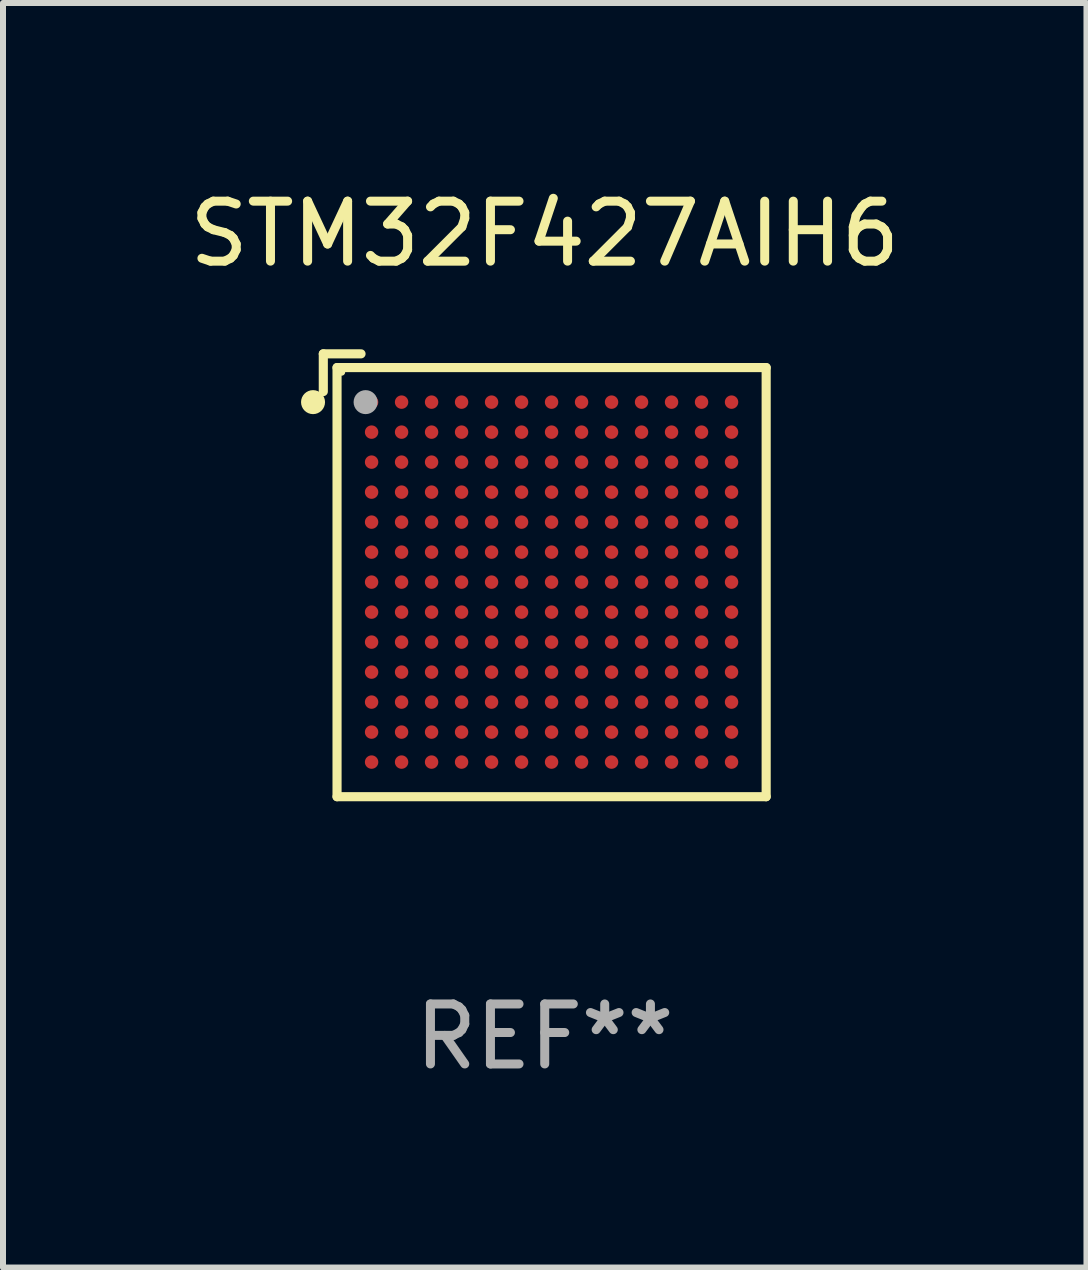
<source format=kicad_pcb>
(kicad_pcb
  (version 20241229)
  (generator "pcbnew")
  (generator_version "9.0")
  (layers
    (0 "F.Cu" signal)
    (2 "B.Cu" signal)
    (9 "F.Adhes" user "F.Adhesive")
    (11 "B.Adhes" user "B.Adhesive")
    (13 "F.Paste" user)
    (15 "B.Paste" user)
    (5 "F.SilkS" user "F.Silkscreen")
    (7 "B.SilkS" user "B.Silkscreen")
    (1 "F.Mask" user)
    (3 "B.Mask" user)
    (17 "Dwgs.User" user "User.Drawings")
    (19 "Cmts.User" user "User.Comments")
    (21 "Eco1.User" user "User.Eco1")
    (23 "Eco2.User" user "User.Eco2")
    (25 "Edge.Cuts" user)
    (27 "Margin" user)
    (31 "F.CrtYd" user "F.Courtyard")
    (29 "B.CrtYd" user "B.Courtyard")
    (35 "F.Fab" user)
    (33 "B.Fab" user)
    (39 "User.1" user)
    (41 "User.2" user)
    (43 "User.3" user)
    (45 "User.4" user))
  (footprint "STM32F427AIH6"
    (layer "F.Cu")
    (at 6.03 6.539)
    (property "Reference" "STM32F427AIH6" (at 0 -5.691 0) (layer "F.SilkS") (effects (font (size 1 1) (thickness 0.15))))
    (attr through_hole)
    (fp_line (start -3.691 -3.691) (end -3.691 -3.062) (stroke (width 0.152) (type solid)) (layer "F.SilkS"))
    (fp_line (start -3.462 -3.462) (end 3.691 -3.462) (stroke (width 0.152) (type solid)) (layer "F.SilkS"))
    (fp_line (start -3.462 3.691) (end -3.462 -3.462) (stroke (width 0.152) (type solid)) (layer "F.SilkS"))
    (fp_line (start -3.062 -3.691) (end -3.691 -3.691) (stroke (width 0.152) (type solid)) (layer "F.SilkS"))
    (fp_line (start 3.691 -3.462) (end 3.691 3.691) (stroke (width 0.152) (type solid)) (layer "F.SilkS"))
    (fp_line (start 3.691 3.691) (end -3.462 3.691) (stroke (width 0.152) (type solid)) (layer "F.SilkS"))
    (fp_circle (center -3.862 -2.886) (end -3.762 -2.886) (stroke (width 0.2) (type solid)) (fill no) (layer "F.SilkS"))
    (fp_circle (center -3.386 -3.386) (end -3.356 -3.386) (stroke (width 0.06) (type solid)) (fill no) (layer "F.SilkS"))
    (fp_circle (center -2.986 -2.886) (end -2.886 -2.886) (stroke (width 0.2) (type solid)) (fill no) (layer "F.Fab"))
    (fp_text user "REF**" (at 0 7.691 0) (layer "F.Fab") (effects (font (size 1 1) (thickness 0.15))))
    (pad "A1" smd circle (at -2.886 -2.886) (size 0.224 0.224) (layers "F.Cu" "F.Mask" "F.Paste"))
    (pad "A2" smd circle (at -2.386 -2.886) (size 0.224 0.224) (layers "F.Cu" "F.Mask" "F.Paste"))
    (pad "A3" smd circle (at -1.886 -2.886) (size 0.224 0.224) (layers "F.Cu" "F.Mask" "F.Paste"))
    (pad "A4" smd circle (at -1.386 -2.886) (size 0.224 0.224) (layers "F.Cu" "F.Mask" "F.Paste"))
    (pad "A5" smd circle (at -0.886 -2.886) (size 0.224 0.224) (layers "F.Cu" "F.Mask" "F.Paste"))
    (pad "A6" smd circle (at -0.386 -2.886) (size 0.224 0.224) (layers "F.Cu" "F.Mask" "F.Paste"))
    (pad "A7" smd circle (at 0.114 -2.886) (size 0.224 0.224) (layers "F.Cu" "F.Mask" "F.Paste"))
    (pad "A8" smd circle (at 0.614 -2.886) (size 0.224 0.224) (layers "F.Cu" "F.Mask" "F.Paste"))
    (pad "A9" smd circle (at 1.114 -2.886) (size 0.224 0.224) (layers "F.Cu" "F.Mask" "F.Paste"))
    (pad "A10" smd circle (at 1.614 -2.886) (size 0.224 0.224) (layers "F.Cu" "F.Mask" "F.Paste"))
    (pad "A11" smd circle (at 2.114 -2.886) (size 0.224 0.224) (layers "F.Cu" "F.Mask" "F.Paste"))
    (pad "A12" smd circle (at 2.614 -2.886) (size 0.224 0.224) (layers "F.Cu" "F.Mask" "F.Paste"))
    (pad "A13" smd circle (at 3.114 -2.886) (size 0.224 0.224) (layers "F.Cu" "F.Mask" "F.Paste"))
    (pad "B1" smd circle (at -2.886 -2.386) (size 0.224 0.224) (layers "F.Cu" "F.Mask" "F.Paste"))
    (pad "B2" smd circle (at -2.386 -2.386) (size 0.224 0.224) (layers "F.Cu" "F.Mask" "F.Paste"))
    (pad "B3" smd circle (at -1.886 -2.386) (size 0.224 0.224) (layers "F.Cu" "F.Mask" "F.Paste"))
    (pad "B4" smd circle (at -1.386 -2.386) (size 0.224 0.224) (layers "F.Cu" "F.Mask" "F.Paste"))
    (pad "B5" smd circle (at -0.886 -2.386) (size 0.224 0.224) (layers "F.Cu" "F.Mask" "F.Paste"))
    (pad "B6" smd circle (at -0.386 -2.386) (size 0.224 0.224) (layers "F.Cu" "F.Mask" "F.Paste"))
    (pad "B7" smd circle (at 0.114 -2.386) (size 0.224 0.224) (layers "F.Cu" "F.Mask" "F.Paste"))
    (pad "B8" smd circle (at 0.614 -2.386) (size 0.224 0.224) (layers "F.Cu" "F.Mask" "F.Paste"))
    (pad "B9" smd circle (at 1.114 -2.386) (size 0.224 0.224) (layers "F.Cu" "F.Mask" "F.Paste"))
    (pad "B10" smd circle (at 1.614 -2.386) (size 0.224 0.224) (layers "F.Cu" "F.Mask" "F.Paste"))
    (pad "B11" smd circle (at 2.114 -2.386) (size 0.224 0.224) (layers "F.Cu" "F.Mask" "F.Paste"))
    (pad "B12" smd circle (at 2.614 -2.386) (size 0.224 0.224) (layers "F.Cu" "F.Mask" "F.Paste"))
    (pad "B13" smd circle (at 3.114 -2.386) (size 0.224 0.224) (layers "F.Cu" "F.Mask" "F.Paste"))
    (pad "C1" smd circle (at -2.886 -1.886) (size 0.224 0.224) (layers "F.Cu" "F.Mask" "F.Paste"))
    (pad "C2" smd circle (at -2.386 -1.886) (size 0.224 0.224) (layers "F.Cu" "F.Mask" "F.Paste"))
    (pad "C3" smd circle (at -1.886 -1.886) (size 0.224 0.224) (layers "F.Cu" "F.Mask" "F.Paste"))
    (pad "C4" smd circle (at -1.386 -1.886) (size 0.224 0.224) (layers "F.Cu" "F.Mask" "F.Paste"))
    (pad "C5" smd circle (at -0.886 -1.886) (size 0.224 0.224) (layers "F.Cu" "F.Mask" "F.Paste"))
    (pad "C6" smd circle (at -0.386 -1.886) (size 0.224 0.224) (layers "F.Cu" "F.Mask" "F.Paste"))
    (pad "C7" smd circle (at 0.114 -1.886) (size 0.224 0.224) (layers "F.Cu" "F.Mask" "F.Paste"))
    (pad "C8" smd circle (at 0.614 -1.886) (size 0.224 0.224) (layers "F.Cu" "F.Mask" "F.Paste"))
    (pad "C9" smd circle (at 1.114 -1.886) (size 0.224 0.224) (layers "F.Cu" "F.Mask" "F.Paste"))
    (pad "C10" smd circle (at 1.614 -1.886) (size 0.224 0.224) (layers "F.Cu" "F.Mask" "F.Paste"))
    (pad "C11" smd circle (at 2.114 -1.886) (size 0.224 0.224) (layers "F.Cu" "F.Mask" "F.Paste"))
    (pad "C12" smd circle (at 2.614 -1.886) (size 0.224 0.224) (layers "F.Cu" "F.Mask" "F.Paste"))
    (pad "C13" smd circle (at 3.114 -1.886) (size 0.224 0.224) (layers "F.Cu" "F.Mask" "F.Paste"))
    (pad "D1" smd circle (at -2.886 -1.386) (size 0.224 0.224) (layers "F.Cu" "F.Mask" "F.Paste"))
    (pad "D2" smd circle (at -2.386 -1.386) (size 0.224 0.224) (layers "F.Cu" "F.Mask" "F.Paste"))
    (pad "D3" smd circle (at -1.886 -1.386) (size 0.224 0.224) (layers "F.Cu" "F.Mask" "F.Paste"))
    (pad "D4" smd circle (at -1.386 -1.386) (size 0.224 0.224) (layers "F.Cu" "F.Mask" "F.Paste"))
    (pad "D5" smd circle (at -0.886 -1.386) (size 0.224 0.224) (layers "F.Cu" "F.Mask" "F.Paste"))
    (pad "D6" smd circle (at -0.386 -1.386) (size 0.224 0.224) (layers "F.Cu" "F.Mask" "F.Paste"))
    (pad "D7" smd circle (at 0.114 -1.386) (size 0.224 0.224) (layers "F.Cu" "F.Mask" "F.Paste"))
    (pad "D8" smd circle (at 0.614 -1.386) (size 0.224 0.224) (layers "F.Cu" "F.Mask" "F.Paste"))
    (pad "D9" smd circle (at 1.114 -1.386) (size 0.224 0.224) (layers "F.Cu" "F.Mask" "F.Paste"))
    (pad "D10" smd circle (at 1.614 -1.386) (size 0.224 0.224) (layers "F.Cu" "F.Mask" "F.Paste"))
    (pad "D11" smd circle (at 2.114 -1.386) (size 0.224 0.224) (layers "F.Cu" "F.Mask" "F.Paste"))
    (pad "D12" smd circle (at 2.614 -1.386) (size 0.224 0.224) (layers "F.Cu" "F.Mask" "F.Paste"))
    (pad "D13" smd circle (at 3.114 -1.386) (size 0.224 0.224) (layers "F.Cu" "F.Mask" "F.Paste"))
    (pad "E1" smd circle (at -2.886 -0.886) (size 0.224 0.224) (layers "F.Cu" "F.Mask" "F.Paste"))
    (pad "E2" smd circle (at -2.386 -0.886) (size 0.224 0.224) (layers "F.Cu" "F.Mask" "F.Paste"))
    (pad "E3" smd circle (at -1.886 -0.886) (size 0.224 0.224) (layers "F.Cu" "F.Mask" "F.Paste"))
    (pad "E4" smd circle (at -1.386 -0.886) (size 0.224 0.224) (layers "F.Cu" "F.Mask" "F.Paste"))
    (pad "E5" smd circle (at -0.886 -0.886) (size 0.224 0.224) (layers "F.Cu" "F.Mask" "F.Paste"))
    (pad "E6" smd circle (at -0.386 -0.886) (size 0.224 0.224) (layers "F.Cu" "F.Mask" "F.Paste"))
    (pad "E7" smd circle (at 0.114 -0.886) (size 0.224 0.224) (layers "F.Cu" "F.Mask" "F.Paste"))
    (pad "E8" smd circle (at 0.614 -0.886) (size 0.224 0.224) (layers "F.Cu" "F.Mask" "F.Paste"))
    (pad "E9" smd circle (at 1.114 -0.886) (size 0.224 0.224) (layers "F.Cu" "F.Mask" "F.Paste"))
    (pad "E10" smd circle (at 1.614 -0.886) (size 0.224 0.224) (layers "F.Cu" "F.Mask" "F.Paste"))
    (pad "E11" smd circle (at 2.114 -0.886) (size 0.224 0.224) (layers "F.Cu" "F.Mask" "F.Paste"))
    (pad "E12" smd circle (at 2.614 -0.886) (size 0.224 0.224) (layers "F.Cu" "F.Mask" "F.Paste"))
    (pad "E13" smd circle (at 3.114 -0.886) (size 0.224 0.224) (layers "F.Cu" "F.Mask" "F.Paste"))
    (pad "F1" smd circle (at -2.886 -0.386) (size 0.224 0.224) (layers "F.Cu" "F.Mask" "F.Paste"))
    (pad "F2" smd circle (at -2.386 -0.386) (size 0.224 0.224) (layers "F.Cu" "F.Mask" "F.Paste"))
    (pad "F3" smd circle (at -1.886 -0.386) (size 0.224 0.224) (layers "F.Cu" "F.Mask" "F.Paste"))
    (pad "F4" smd circle (at -1.386 -0.386) (size 0.224 0.224) (layers "F.Cu" "F.Mask" "F.Paste"))
    (pad "F5" smd circle (at -0.886 -0.386) (size 0.224 0.224) (layers "F.Cu" "F.Mask" "F.Paste"))
    (pad "F6" smd circle (at -0.386 -0.386) (size 0.224 0.224) (layers "F.Cu" "F.Mask" "F.Paste"))
    (pad "F7" smd circle (at 0.114 -0.386) (size 0.224 0.224) (layers "F.Cu" "F.Mask" "F.Paste"))
    (pad "F8" smd circle (at 0.614 -0.386) (size 0.224 0.224) (layers "F.Cu" "F.Mask" "F.Paste"))
    (pad "F9" smd circle (at 1.114 -0.386) (size 0.224 0.224) (layers "F.Cu" "F.Mask" "F.Paste"))
    (pad "F10" smd circle (at 1.614 -0.386) (size 0.224 0.224) (layers "F.Cu" "F.Mask" "F.Paste"))
    (pad "F11" smd circle (at 2.114 -0.386) (size 0.224 0.224) (layers "F.Cu" "F.Mask" "F.Paste"))
    (pad "F12" smd circle (at 2.614 -0.386) (size 0.224 0.224) (layers "F.Cu" "F.Mask" "F.Paste"))
    (pad "F13" smd circle (at 3.114 -0.386) (size 0.224 0.224) (layers "F.Cu" "F.Mask" "F.Paste"))
    (pad "G1" smd circle (at -2.886 0.114) (size 0.224 0.224) (layers "F.Cu" "F.Mask" "F.Paste"))
    (pad "G2" smd circle (at -2.386 0.114) (size 0.224 0.224) (layers "F.Cu" "F.Mask" "F.Paste"))
    (pad "G3" smd circle (at -1.886 0.114) (size 0.224 0.224) (layers "F.Cu" "F.Mask" "F.Paste"))
    (pad "G4" smd circle (at -1.386 0.114) (size 0.224 0.224) (layers "F.Cu" "F.Mask" "F.Paste"))
    (pad "G5" smd circle (at -0.886 0.114) (size 0.224 0.224) (layers "F.Cu" "F.Mask" "F.Paste"))
    (pad "G6" smd circle (at -0.386 0.114) (size 0.224 0.224) (layers "F.Cu" "F.Mask" "F.Paste"))
    (pad "G7" smd circle (at 0.114 0.114) (size 0.224 0.224) (layers "F.Cu" "F.Mask" "F.Paste"))
    (pad "G8" smd circle (at 0.614 0.114) (size 0.224 0.224) (layers "F.Cu" "F.Mask" "F.Paste"))
    (pad "G9" smd circle (at 1.114 0.114) (size 0.224 0.224) (layers "F.Cu" "F.Mask" "F.Paste"))
    (pad "G10" smd circle (at 1.614 0.114) (size 0.224 0.224) (layers "F.Cu" "F.Mask" "F.Paste"))
    (pad "G11" smd circle (at 2.114 0.114) (size 0.224 0.224) (layers "F.Cu" "F.Mask" "F.Paste"))
    (pad "G12" smd circle (at 2.614 0.114) (size 0.224 0.224) (layers "F.Cu" "F.Mask" "F.Paste"))
    (pad "G13" smd circle (at 3.114 0.114) (size 0.224 0.224) (layers "F.Cu" "F.Mask" "F.Paste"))
    (pad "H1" smd circle (at -2.886 0.614) (size 0.224 0.224) (layers "F.Cu" "F.Mask" "F.Paste"))
    (pad "H2" smd circle (at -2.386 0.614) (size 0.224 0.224) (layers "F.Cu" "F.Mask" "F.Paste"))
    (pad "H3" smd circle (at -1.886 0.614) (size 0.224 0.224) (layers "F.Cu" "F.Mask" "F.Paste"))
    (pad "H4" smd circle (at -1.386 0.614) (size 0.224 0.224) (layers "F.Cu" "F.Mask" "F.Paste"))
    (pad "H5" smd circle (at -0.886 0.614) (size 0.224 0.224) (layers "F.Cu" "F.Mask" "F.Paste"))
    (pad "H6" smd circle (at -0.386 0.614) (size 0.224 0.224) (layers "F.Cu" "F.Mask" "F.Paste"))
    (pad "H7" smd circle (at 0.114 0.614) (size 0.224 0.224) (layers "F.Cu" "F.Mask" "F.Paste"))
    (pad "H8" smd circle (at 0.614 0.614) (size 0.224 0.224) (layers "F.Cu" "F.Mask" "F.Paste"))
    (pad "H9" smd circle (at 1.114 0.614) (size 0.224 0.224) (layers "F.Cu" "F.Mask" "F.Paste"))
    (pad "H10" smd circle (at 1.614 0.614) (size 0.224 0.224) (layers "F.Cu" "F.Mask" "F.Paste"))
    (pad "H11" smd circle (at 2.114 0.614) (size 0.224 0.224) (layers "F.Cu" "F.Mask" "F.Paste"))
    (pad "H12" smd circle (at 2.614 0.614) (size 0.224 0.224) (layers "F.Cu" "F.Mask" "F.Paste"))
    (pad "H13" smd circle (at 3.114 0.614) (size 0.224 0.224) (layers "F.Cu" "F.Mask" "F.Paste"))
    (pad "J1" smd circle (at -2.886 1.114) (size 0.224 0.224) (layers "F.Cu" "F.Mask" "F.Paste"))
    (pad "J2" smd circle (at -2.386 1.114) (size 0.224 0.224) (layers "F.Cu" "F.Mask" "F.Paste"))
    (pad "J3" smd circle (at -1.886 1.114) (size 0.224 0.224) (layers "F.Cu" "F.Mask" "F.Paste"))
    (pad "J4" smd circle (at -1.386 1.114) (size 0.224 0.224) (layers "F.Cu" "F.Mask" "F.Paste"))
    (pad "J5" smd circle (at -0.886 1.114) (size 0.224 0.224) (layers "F.Cu" "F.Mask" "F.Paste"))
    (pad "J6" smd circle (at -0.386 1.114) (size 0.224 0.224) (layers "F.Cu" "F.Mask" "F.Paste"))
    (pad "J7" smd circle (at 0.114 1.114) (size 0.224 0.224) (layers "F.Cu" "F.Mask" "F.Paste"))
    (pad "J8" smd circle (at 0.614 1.114) (size 0.224 0.224) (layers "F.Cu" "F.Mask" "F.Paste"))
    (pad "J9" smd circle (at 1.114 1.114) (size 0.224 0.224) (layers "F.Cu" "F.Mask" "F.Paste"))
    (pad "J10" smd circle (at 1.614 1.114) (size 0.224 0.224) (layers "F.Cu" "F.Mask" "F.Paste"))
    (pad "J11" smd circle (at 2.114 1.114) (size 0.224 0.224) (layers "F.Cu" "F.Mask" "F.Paste"))
    (pad "J12" smd circle (at 2.614 1.114) (size 0.224 0.224) (layers "F.Cu" "F.Mask" "F.Paste"))
    (pad "J13" smd circle (at 3.114 1.114) (size 0.224 0.224) (layers "F.Cu" "F.Mask" "F.Paste"))
    (pad "K1" smd circle (at -2.886 1.614) (size 0.224 0.224) (layers "F.Cu" "F.Mask" "F.Paste"))
    (pad "K2" smd circle (at -2.386 1.614) (size 0.224 0.224) (layers "F.Cu" "F.Mask" "F.Paste"))
    (pad "K3" smd circle (at -1.886 1.614) (size 0.224 0.224) (layers "F.Cu" "F.Mask" "F.Paste"))
    (pad "K4" smd circle (at -1.386 1.614) (size 0.224 0.224) (layers "F.Cu" "F.Mask" "F.Paste"))
    (pad "K5" smd circle (at -0.886 1.614) (size 0.224 0.224) (layers "F.Cu" "F.Mask" "F.Paste"))
    (pad "K6" smd circle (at -0.386 1.614) (size 0.224 0.224) (layers "F.Cu" "F.Mask" "F.Paste"))
    (pad "K7" smd circle (at 0.114 1.614) (size 0.224 0.224) (layers "F.Cu" "F.Mask" "F.Paste"))
    (pad "K8" smd circle (at 0.614 1.614) (size 0.224 0.224) (layers "F.Cu" "F.Mask" "F.Paste"))
    (pad "K9" smd circle (at 1.114 1.614) (size 0.224 0.224) (layers "F.Cu" "F.Mask" "F.Paste"))
    (pad "K10" smd circle (at 1.614 1.614) (size 0.224 0.224) (layers "F.Cu" "F.Mask" "F.Paste"))
    (pad "K11" smd circle (at 2.114 1.614) (size 0.224 0.224) (layers "F.Cu" "F.Mask" "F.Paste"))
    (pad "K12" smd circle (at 2.614 1.614) (size 0.224 0.224) (layers "F.Cu" "F.Mask" "F.Paste"))
    (pad "K13" smd circle (at 3.114 1.614) (size 0.224 0.224) (layers "F.Cu" "F.Mask" "F.Paste"))
    (pad "L1" smd circle (at -2.886 2.114) (size 0.224 0.224) (layers "F.Cu" "F.Mask" "F.Paste"))
    (pad "L2" smd circle (at -2.386 2.114) (size 0.224 0.224) (layers "F.Cu" "F.Mask" "F.Paste"))
    (pad "L3" smd circle (at -1.886 2.114) (size 0.224 0.224) (layers "F.Cu" "F.Mask" "F.Paste"))
    (pad "L4" smd circle (at -1.386 2.114) (size 0.224 0.224) (layers "F.Cu" "F.Mask" "F.Paste"))
    (pad "L5" smd circle (at -0.886 2.114) (size 0.224 0.224) (layers "F.Cu" "F.Mask" "F.Paste"))
    (pad "L6" smd circle (at -0.386 2.114) (size 0.224 0.224) (layers "F.Cu" "F.Mask" "F.Paste"))
    (pad "L7" smd circle (at 0.114 2.114) (size 0.224 0.224) (layers "F.Cu" "F.Mask" "F.Paste"))
    (pad "L8" smd circle (at 0.614 2.114) (size 0.224 0.224) (layers "F.Cu" "F.Mask" "F.Paste"))
    (pad "L9" smd circle (at 1.114 2.114) (size 0.224 0.224) (layers "F.Cu" "F.Mask" "F.Paste"))
    (pad "L10" smd circle (at 1.614 2.114) (size 0.224 0.224) (layers "F.Cu" "F.Mask" "F.Paste"))
    (pad "L11" smd circle (at 2.114 2.114) (size 0.224 0.224) (layers "F.Cu" "F.Mask" "F.Paste"))
    (pad "L12" smd circle (at 2.614 2.114) (size 0.224 0.224) (layers "F.Cu" "F.Mask" "F.Paste"))
    (pad "L13" smd circle (at 3.114 2.114) (size 0.224 0.224) (layers "F.Cu" "F.Mask" "F.Paste"))
    (pad "M1" smd circle (at -2.886 2.614) (size 0.224 0.224) (layers "F.Cu" "F.Mask" "F.Paste"))
    (pad "M2" smd circle (at -2.386 2.614) (size 0.224 0.224) (layers "F.Cu" "F.Mask" "F.Paste"))
    (pad "M3" smd circle (at -1.886 2.614) (size 0.224 0.224) (layers "F.Cu" "F.Mask" "F.Paste"))
    (pad "M4" smd circle (at -1.386 2.614) (size 0.224 0.224) (layers "F.Cu" "F.Mask" "F.Paste"))
    (pad "M5" smd circle (at -0.886 2.614) (size 0.224 0.224) (layers "F.Cu" "F.Mask" "F.Paste"))
    (pad "M6" smd circle (at -0.386 2.614) (size 0.224 0.224) (layers "F.Cu" "F.Mask" "F.Paste"))
    (pad "M7" smd circle (at 0.114 2.614) (size 0.224 0.224) (layers "F.Cu" "F.Mask" "F.Paste"))
    (pad "M8" smd circle (at 0.614 2.614) (size 0.224 0.224) (layers "F.Cu" "F.Mask" "F.Paste"))
    (pad "M9" smd circle (at 1.114 2.614) (size 0.224 0.224) (layers "F.Cu" "F.Mask" "F.Paste"))
    (pad "M10" smd circle (at 1.614 2.614) (size 0.224 0.224) (layers "F.Cu" "F.Mask" "F.Paste"))
    (pad "M11" smd circle (at 2.114 2.614) (size 0.224 0.224) (layers "F.Cu" "F.Mask" "F.Paste"))
    (pad "M12" smd circle (at 2.614 2.614) (size 0.224 0.224) (layers "F.Cu" "F.Mask" "F.Paste"))
    (pad "M13" smd circle (at 3.114 2.614) (size 0.224 0.224) (layers "F.Cu" "F.Mask" "F.Paste"))
    (pad "N1" smd circle (at -2.886 3.114) (size 0.224 0.224) (layers "F.Cu" "F.Mask" "F.Paste"))
    (pad "N2" smd circle (at -2.386 3.114) (size 0.224 0.224) (layers "F.Cu" "F.Mask" "F.Paste"))
    (pad "N3" smd circle (at -1.886 3.114) (size 0.224 0.224) (layers "F.Cu" "F.Mask" "F.Paste"))
    (pad "N4" smd circle (at -1.386 3.114) (size 0.224 0.224) (layers "F.Cu" "F.Mask" "F.Paste"))
    (pad "N5" smd circle (at -0.886 3.114) (size 0.224 0.224) (layers "F.Cu" "F.Mask" "F.Paste"))
    (pad "N6" smd circle (at -0.386 3.114) (size 0.224 0.224) (layers "F.Cu" "F.Mask" "F.Paste"))
    (pad "N7" smd circle (at 0.114 3.114) (size 0.224 0.224) (layers "F.Cu" "F.Mask" "F.Paste"))
    (pad "N8" smd circle (at 0.614 3.114) (size 0.224 0.224) (layers "F.Cu" "F.Mask" "F.Paste"))
    (pad "N9" smd circle (at 1.114 3.114) (size 0.224 0.224) (layers "F.Cu" "F.Mask" "F.Paste"))
    (pad "N10" smd circle (at 1.614 3.114) (size 0.224 0.224) (layers "F.Cu" "F.Mask" "F.Paste"))
    (pad "N11" smd circle (at 2.114 3.114) (size 0.224 0.224) (layers "F.Cu" "F.Mask" "F.Paste"))
    (pad "N12" smd circle (at 2.614 3.114) (size 0.224 0.224) (layers "F.Cu" "F.Mask" "F.Paste"))
    (pad "N13" smd circle (at 3.114 3.114) (size 0.224 0.224) (layers "F.Cu" "F.Mask" "F.Paste")))
  (gr_rect
    (start -3 -3)
    (end 15.06 18.078)
    (stroke (width 0.1) (type default))
    (fill no)
    (layer "Edge.Cuts")))
</source>
